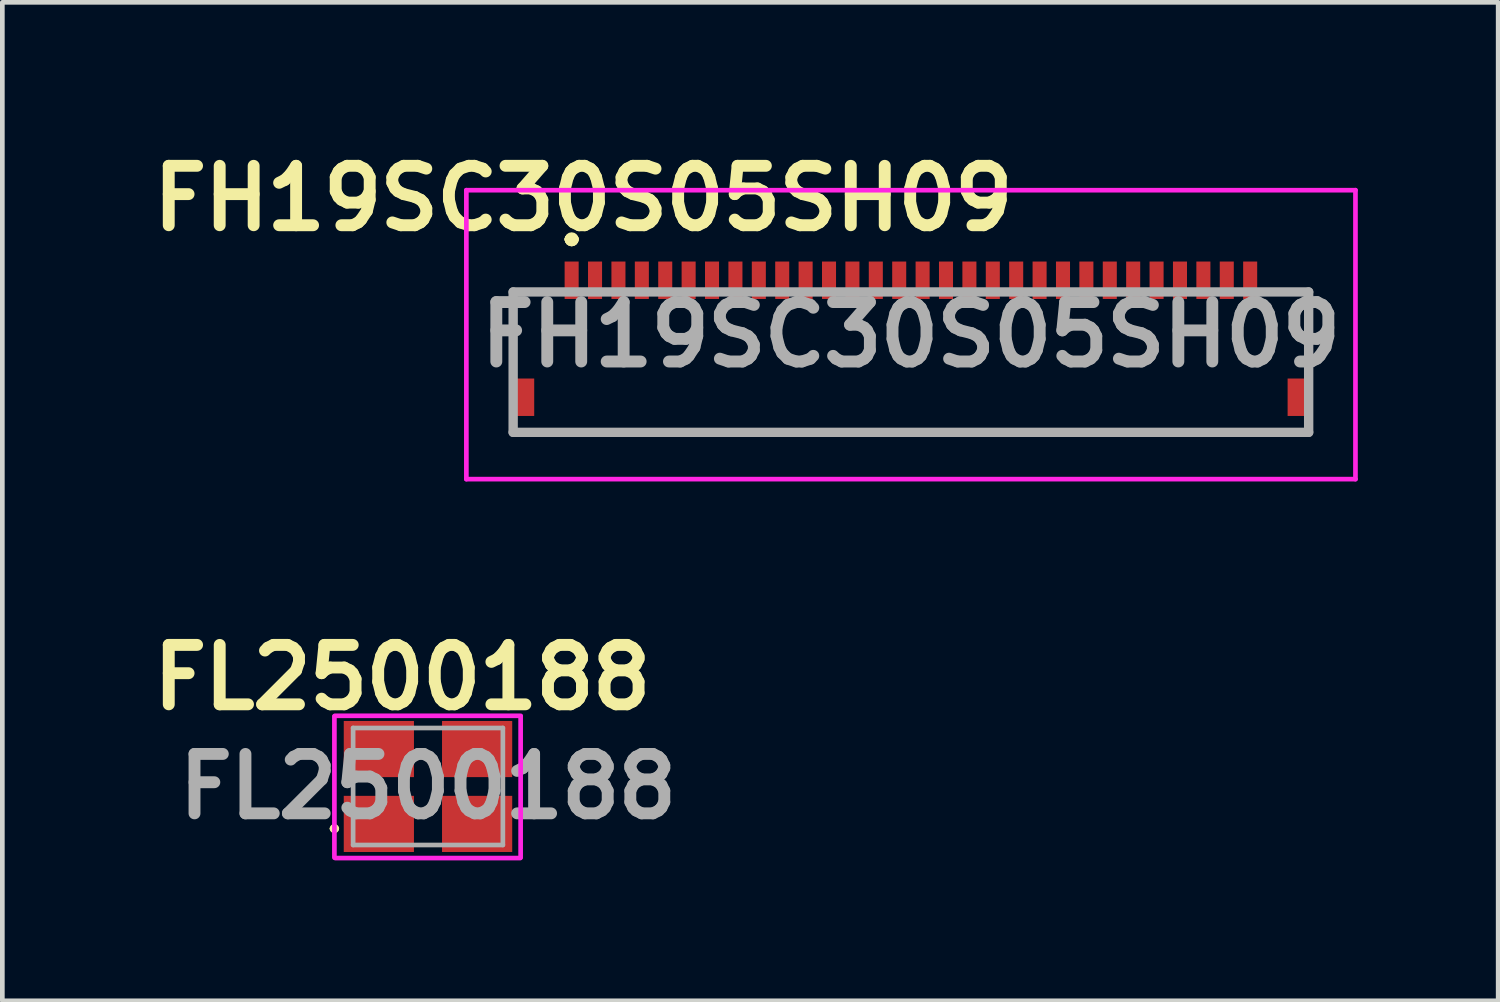
<source format=kicad_pcb>
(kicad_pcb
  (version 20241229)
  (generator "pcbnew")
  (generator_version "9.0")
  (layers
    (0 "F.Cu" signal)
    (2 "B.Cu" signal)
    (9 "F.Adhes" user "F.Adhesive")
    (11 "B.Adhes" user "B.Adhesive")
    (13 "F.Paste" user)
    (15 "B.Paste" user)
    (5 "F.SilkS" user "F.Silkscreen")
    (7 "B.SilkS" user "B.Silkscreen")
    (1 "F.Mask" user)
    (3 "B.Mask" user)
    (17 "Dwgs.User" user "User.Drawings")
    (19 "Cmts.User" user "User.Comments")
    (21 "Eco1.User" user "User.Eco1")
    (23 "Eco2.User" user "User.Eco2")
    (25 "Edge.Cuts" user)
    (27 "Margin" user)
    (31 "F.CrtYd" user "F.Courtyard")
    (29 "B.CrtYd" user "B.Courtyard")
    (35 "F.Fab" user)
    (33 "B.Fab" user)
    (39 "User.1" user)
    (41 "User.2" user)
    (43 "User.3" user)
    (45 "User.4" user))
  (footprint "FL2500188"
    (layer "F.Cu")
    (at 6.096 13.757)
    (property "Reference" "FL2500188" (at -0.55 -2.33 0) (layer "F.SilkS") (effects (font (size 1.27 1.27) (thickness 0.254))))
    (attr smd)
    (fp_line (start -2.05 0.9) (end -2.05 0.9) (stroke (width 0.1) (type solid)) (layer "F.SilkS"))
    (fp_line (start -1.95 0.9) (end -1.95 0.9) (stroke (width 0.1) (type solid)) (layer "F.SilkS"))
    (fp_arc (start -2.05 0.9) (mid -2 0.85) (end -1.95 0.9) (stroke (width 0.1) (type solid)) (layer "F.SilkS"))
    (fp_arc (start -1.95 0.9) (mid -2 0.95) (end -2.05 0.9) (stroke (width 0.1) (type solid)) (layer "F.SilkS"))
    (fp_line (start -2 1.52) (end -2 -1.5) (stroke (width 0.1) (type solid)) (layer "F.CrtYd"))
    (fp_line (start -1.99 -1.51) (end 1.98 -1.51) (stroke (width 0.1) (type solid)) (layer "F.CrtYd"))
    (fp_line (start 1.97 1.53) (end -1.98 1.53) (stroke (width 0.1) (type solid)) (layer "F.CrtYd"))
    (fp_line (start 1.98 -1.5) (end 1.98 1.52) (stroke (width 0.1) (type solid)) (layer "F.CrtYd"))
    (fp_line (start -1.6 -1.25) (end 1.6 -1.25) (stroke (width 0.1) (type solid)) (layer "F.Fab"))
    (fp_line (start -1.6 1.25) (end -1.6 -1.25) (stroke (width 0.1) (type solid)) (layer "F.Fab"))
    (fp_line (start 1.6 -1.25) (end 1.6 1.25) (stroke (width 0.1) (type solid)) (layer "F.Fab"))
    (fp_line (start 1.6 1.25) (end -1.6 1.25) (stroke (width 0.1) (type solid)) (layer "F.Fab"))
    (fp_text user "${REFERENCE}" (at 0 0 0) (layer "F.Fab") (effects (font (size 1.27 1.27) (thickness 0.254))))
    (pad "1" smd rect (at -1.05 0.8 90) (size 1.2 1.5) (layers "F.Cu" "F.Mask" "F.Paste"))
    (pad "2" smd rect (at 1.05 0.8 90) (size 1.2 1.5) (layers "F.Cu" "F.Mask" "F.Paste"))
    (pad "3" smd rect (at 1.05 -0.8 90) (size 1.2 1.5) (layers "F.Cu" "F.Mask" "F.Paste"))
    (pad "4" smd rect (at -1.05 -0.8 90) (size 1.2 1.5) (layers "F.Cu" "F.Mask" "F.Paste")))
  (footprint "FH19SC30S05SH09"
    (layer "F.Cu")
    (at 16.416 4.689)
    (property "Reference" "FH19SC30S05SH09" (at -7 -3.5 0) (layer "F.SilkS") (effects (font (size 1.27 1.27) (thickness 0.254))))
    (attr smd)
    (fp_line (start -8.5 -1.5) (end -8.5 -1.5) (stroke (width 0.1) (type solid)) (layer "F.SilkS"))
    (fp_line (start -8.5 -1.5) (end -8.5 -1.5) (stroke (width 0.1) (type solid)) (layer "F.SilkS"))
    (fp_line (start -8.5 -1.5) (end -8.5 -0.125) (stroke (width 0.1) (type solid)) (layer "F.SilkS"))
    (fp_line (start -8.5 -1.5) (end -8 -1.5) (stroke (width 0.1) (type solid)) (layer "F.SilkS"))
    (fp_line (start -8.5 -0.125) (end -8.5 -1.5) (stroke (width 0.1) (type solid)) (layer "F.SilkS"))
    (fp_line (start -8.5 -0.125) (end -8.5 -0.125) (stroke (width 0.1) (type solid)) (layer "F.SilkS"))
    (fp_line (start -8.5 1.5) (end -8.5 1.5) (stroke (width 0.1) (type solid)) (layer "F.SilkS"))
    (fp_line (start -8.5 1.5) (end 8.5 1.5) (stroke (width 0.1) (type solid)) (layer "F.SilkS"))
    (fp_line (start -8 -1.5) (end -8.5 -1.5) (stroke (width 0.1) (type solid)) (layer "F.SilkS"))
    (fp_line (start -8 -1.5) (end -8 -1.5) (stroke (width 0.1) (type solid)) (layer "F.SilkS"))
    (fp_line (start -7.3 -2.625) (end -7.3 -2.625) (stroke (width 0.2) (type solid)) (layer "F.SilkS"))
    (fp_line (start -7.3 -2.625) (end -7.3 -2.625) (stroke (width 0.2) (type solid)) (layer "F.SilkS"))
    (fp_line (start -7.2 -2.625) (end -7.2 -2.625) (stroke (width 0.2) (type solid)) (layer "F.SilkS"))
    (fp_line (start 8 -1.5) (end 8 -1.5) (stroke (width 0.1) (type solid)) (layer "F.SilkS"))
    (fp_line (start 8 -1.5) (end 8.5 -1.5) (stroke (width 0.1) (type solid)) (layer "F.SilkS"))
    (fp_line (start 8.5 -1.5) (end 8 -1.5) (stroke (width 0.1) (type solid)) (layer "F.SilkS"))
    (fp_line (start 8.5 -1.5) (end 8.5 -1.5) (stroke (width 0.1) (type solid)) (layer "F.SilkS"))
    (fp_line (start 8.5 -1.5) (end 8.5 -1.5) (stroke (width 0.1) (type solid)) (layer "F.SilkS"))
    (fp_line (start 8.5 -1.5) (end 8.5 -0.125) (stroke (width 0.1) (type solid)) (layer "F.SilkS"))
    (fp_line (start 8.5 -0.125) (end 8.5 -1.5) (stroke (width 0.1) (type solid)) (layer "F.SilkS"))
    (fp_line (start 8.5 -0.125) (end 8.5 -0.125) (stroke (width 0.1) (type solid)) (layer "F.SilkS"))
    (fp_line (start 8.5 1.5) (end -8.5 1.5) (stroke (width 0.1) (type solid)) (layer "F.SilkS"))
    (fp_line (start 8.5 1.5) (end 8.5 1.5) (stroke (width 0.1) (type solid)) (layer "F.SilkS"))
    (fp_arc (start -7.3 -2.625) (mid -7.25 -2.675) (end -7.2 -2.625) (stroke (width 0.2) (type solid)) (layer "F.SilkS"))
    (fp_arc (start -7.2 -2.625) (mid -7.25 -2.575) (end -7.3 -2.625) (stroke (width 0.2) (type solid)) (layer "F.SilkS"))
    (fp_arc (start -7.2 -2.625) (mid -7.25 -2.575) (end -7.3 -2.625) (stroke (width 0.2) (type solid)) (layer "F.SilkS"))
    (fp_line (start -9.5 -3.675) (end 9.5 -3.675) (stroke (width 0.1) (type solid)) (layer "F.CrtYd"))
    (fp_line (start -9.5 2.5) (end -9.5 -3.675) (stroke (width 0.1) (type solid)) (layer "F.CrtYd"))
    (fp_line (start 9.5 -3.675) (end 9.5 2.5) (stroke (width 0.1) (type solid)) (layer "F.CrtYd"))
    (fp_line (start 9.5 2.5) (end -9.5 2.5) (stroke (width 0.1) (type solid)) (layer "F.CrtYd"))
    (fp_line (start -8.5 -1.5) (end -8.5 1.5) (stroke (width 0.2) (type solid)) (layer "F.Fab"))
    (fp_line (start -8.5 1.5) (end 8.5 1.5) (stroke (width 0.2) (type solid)) (layer "F.Fab"))
    (fp_line (start 8.5 -1.5) (end -8.5 -1.5) (stroke (width 0.2) (type solid)) (layer "F.Fab"))
    (fp_line (start 8.5 1.5) (end 8.5 -1.5) (stroke (width 0.2) (type solid)) (layer "F.Fab"))
    (fp_text user "${REFERENCE}" (at 0 -0.588 0) (layer "F.Fab") (effects (font (size 1.27 1.27) (thickness 0.254))))
    (pad "1" smd rect (at -7.25 -1.75) (size 0.3 0.8) (layers "F.Cu" "F.Mask" "F.Paste"))
    (pad "2" smd rect (at -6.75 -1.75) (size 0.3 0.8) (layers "F.Cu" "F.Mask" "F.Paste"))
    (pad "3" smd rect (at -6.25 -1.75) (size 0.3 0.8) (layers "F.Cu" "F.Mask" "F.Paste"))
    (pad "4" smd rect (at -5.75 -1.75) (size 0.3 0.8) (layers "F.Cu" "F.Mask" "F.Paste"))
    (pad "5" smd rect (at -5.25 -1.75) (size 0.3 0.8) (layers "F.Cu" "F.Mask" "F.Paste"))
    (pad "6" smd rect (at -4.75 -1.75) (size 0.3 0.8) (layers "F.Cu" "F.Mask" "F.Paste"))
    (pad "7" smd rect (at -4.25 -1.75) (size 0.3 0.8) (layers "F.Cu" "F.Mask" "F.Paste"))
    (pad "8" smd rect (at -3.75 -1.75) (size 0.3 0.8) (layers "F.Cu" "F.Mask" "F.Paste"))
    (pad "9" smd rect (at -3.25 -1.75) (size 0.3 0.8) (layers "F.Cu" "F.Mask" "F.Paste"))
    (pad "10" smd rect (at -2.75 -1.75) (size 0.3 0.8) (layers "F.Cu" "F.Mask" "F.Paste"))
    (pad "11" smd rect (at -2.25 -1.75) (size 0.3 0.8) (layers "F.Cu" "F.Mask" "F.Paste"))
    (pad "12" smd rect (at -1.75 -1.75) (size 0.3 0.8) (layers "F.Cu" "F.Mask" "F.Paste"))
    (pad "13" smd rect (at -1.25 -1.75) (size 0.3 0.8) (layers "F.Cu" "F.Mask" "F.Paste"))
    (pad "14" smd rect (at -0.75 -1.75) (size 0.3 0.8) (layers "F.Cu" "F.Mask" "F.Paste"))
    (pad "15" smd rect (at -0.25 -1.75) (size 0.3 0.8) (layers "F.Cu" "F.Mask" "F.Paste"))
    (pad "16" smd rect (at 0.25 -1.75) (size 0.3 0.8) (layers "F.Cu" "F.Mask" "F.Paste"))
    (pad "17" smd rect (at 0.75 -1.75) (size 0.3 0.8) (layers "F.Cu" "F.Mask" "F.Paste"))
    (pad "18" smd rect (at 1.25 -1.75) (size 0.3 0.8) (layers "F.Cu" "F.Mask" "F.Paste"))
    (pad "19" smd rect (at 1.75 -1.75) (size 0.3 0.8) (layers "F.Cu" "F.Mask" "F.Paste"))
    (pad "20" smd rect (at 2.25 -1.75) (size 0.3 0.8) (layers "F.Cu" "F.Mask" "F.Paste"))
    (pad "21" smd rect (at 2.75 -1.75) (size 0.3 0.8) (layers "F.Cu" "F.Mask" "F.Paste"))
    (pad "22" smd rect (at 3.25 -1.75) (size 0.3 0.8) (layers "F.Cu" "F.Mask" "F.Paste"))
    (pad "23" smd rect (at 3.75 -1.75) (size 0.3 0.8) (layers "F.Cu" "F.Mask" "F.Paste"))
    (pad "24" smd rect (at 4.25 -1.75) (size 0.3 0.8) (layers "F.Cu" "F.Mask" "F.Paste"))
    (pad "25" smd rect (at 4.75 -1.75) (size 0.3 0.8) (layers "F.Cu" "F.Mask" "F.Paste"))
    (pad "26" smd rect (at 5.25 -1.75) (size 0.3 0.8) (layers "F.Cu" "F.Mask" "F.Paste"))
    (pad "27" smd rect (at 5.75 -1.75) (size 0.3 0.8) (layers "F.Cu" "F.Mask" "F.Paste"))
    (pad "28" smd rect (at 6.25 -1.75) (size 0.3 0.8) (layers "F.Cu" "F.Mask" "F.Paste"))
    (pad "29" smd rect (at 6.75 -1.75) (size 0.3 0.8) (layers "F.Cu" "F.Mask" "F.Paste"))
    (pad "30" smd rect (at 7.25 -1.75) (size 0.3 0.8) (layers "F.Cu" "F.Mask" "F.Paste"))
    (pad "MP1" smd rect (at -8.25 0.75) (size 0.4 0.8) (layers "F.Cu" "F.Mask" "F.Paste"))
    (pad "MP2" smd rect (at 8.25 0.75) (size 0.4 0.8) (layers "F.Cu" "F.Mask" "F.Paste")))
  (gr_rect
    (start -3 -3)
    (end 28.966 18.337)
    (stroke (width 0.1) (type default))
    (fill no)
    (layer "Edge.Cuts")))
</source>
